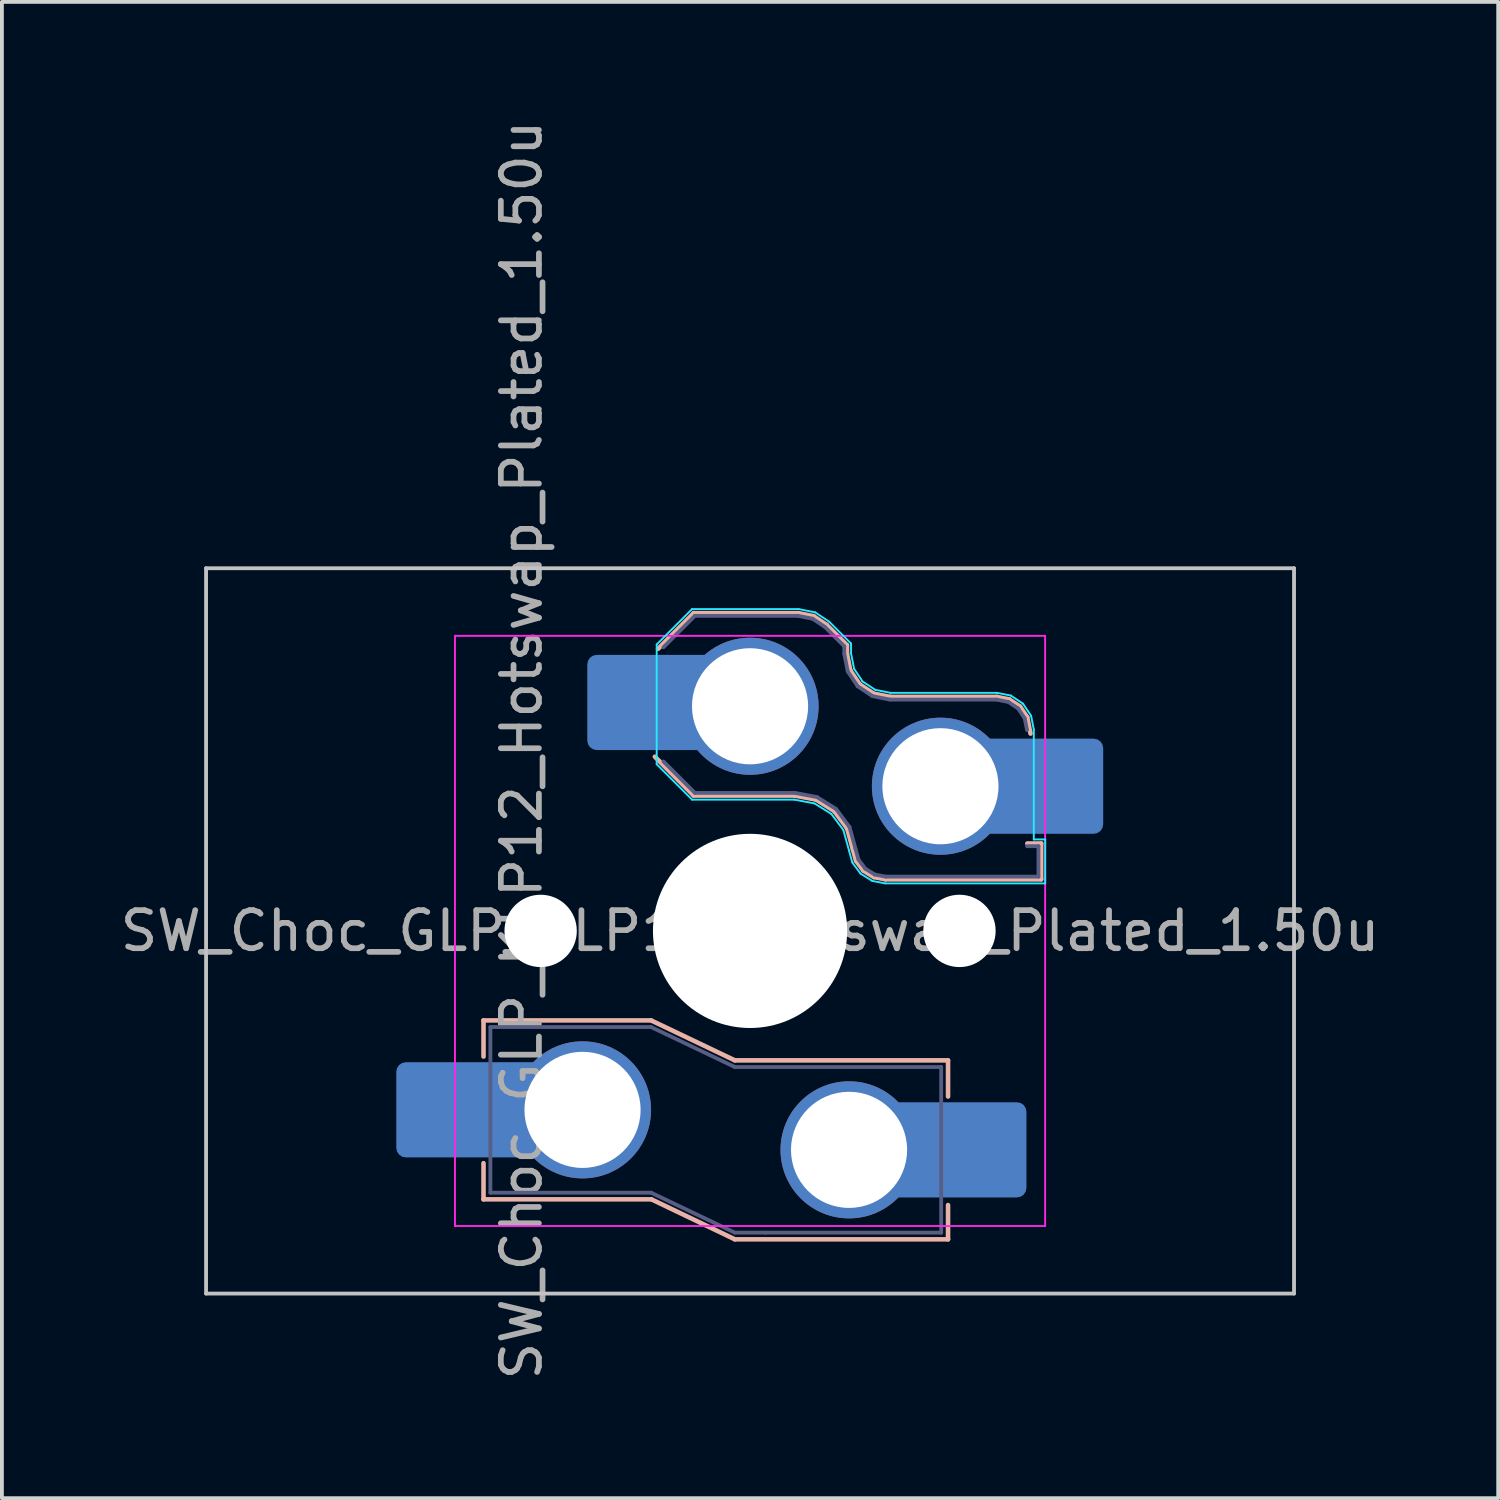
<source format=kicad_pcb>
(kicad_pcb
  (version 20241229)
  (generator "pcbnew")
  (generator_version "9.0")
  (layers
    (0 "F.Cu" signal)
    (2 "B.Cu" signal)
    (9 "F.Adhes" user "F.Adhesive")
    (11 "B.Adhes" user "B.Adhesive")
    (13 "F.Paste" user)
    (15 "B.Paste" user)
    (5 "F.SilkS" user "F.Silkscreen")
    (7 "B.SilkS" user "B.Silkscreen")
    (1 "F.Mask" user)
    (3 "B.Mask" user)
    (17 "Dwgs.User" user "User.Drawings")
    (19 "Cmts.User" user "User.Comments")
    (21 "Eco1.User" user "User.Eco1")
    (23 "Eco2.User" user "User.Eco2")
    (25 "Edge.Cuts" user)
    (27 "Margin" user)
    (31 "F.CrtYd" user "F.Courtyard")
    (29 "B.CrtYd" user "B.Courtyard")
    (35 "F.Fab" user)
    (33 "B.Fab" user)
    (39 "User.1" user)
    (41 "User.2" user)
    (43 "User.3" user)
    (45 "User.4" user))
  (footprint "SW_Choc_GLP_KLP12_Hotswap_Plated_1.50u"
    (layer "F.Cu")
    (at 16.649 21.399)
    (property "Reference" "SW_Choc_GLP_KLP12_Hotswap_Plated_1.50u" (at -6 -4.75 90) (layer "F.Fab") (effects (font (size 1 1) (thickness 0.15))))
    (attr smd)
    (fp_line (start -7 2.35) (end -7 3.3) (stroke (width 0.12) (type solid)) (layer "B.SilkS"))
    (fp_line (start -7 2.35) (end -2.6 2.35) (stroke (width 0.12) (type solid)) (layer "B.SilkS"))
    (fp_line (start -7 7.05) (end -7 6.1) (stroke (width 0.12) (type solid)) (layer "B.SilkS"))
    (fp_line (start -7 7.05) (end -2.59 7.05) (stroke (width 0.12) (type solid)) (layer "B.SilkS"))
    (fp_line (start -2.6 2.35) (end -0.4 3.4) (stroke (width 0.12) (type solid)) (layer "B.SilkS"))
    (fp_line (start -2.59 7.05) (end -0.4 8.1) (stroke (width 0.12) (type solid)) (layer "B.SilkS"))
    (fp_line (start -2.416 -7.409) (end -1.479 -8.346) (stroke (width 0.12) (type solid)) (layer "B.SilkS"))
    (fp_line (start -1.479 -8.346) (end 1.268 -8.346) (stroke (width 0.12) (type solid)) (layer "B.SilkS"))
    (fp_line (start -1.479 -3.554) (end -2.5 -4.575) (stroke (width 0.12) (type solid)) (layer "B.SilkS"))
    (fp_line (start 1.168 -3.554) (end -1.479 -3.554) (stroke (width 0.12) (type solid)) (layer "B.SilkS"))
    (fp_line (start 1.268 -8.346) (end 1.671 -8.266) (stroke (width 0.12) (type solid)) (layer "B.SilkS"))
    (fp_line (start 1.671 -8.266) (end 2.013 -8.037) (stroke (width 0.12) (type solid)) (layer "B.SilkS"))
    (fp_line (start 1.73 -3.449) (end 1.168 -3.554) (stroke (width 0.12) (type solid)) (layer "B.SilkS"))
    (fp_line (start 2.013 -8.037) (end 2.546 -7.504) (stroke (width 0.12) (type solid)) (layer "B.SilkS"))
    (fp_line (start 2.209 -3.15) (end 1.73 -3.449) (stroke (width 0.12) (type solid)) (layer "B.SilkS"))
    (fp_line (start 2.546 -7.504) (end 2.546 -7.282) (stroke (width 0.12) (type solid)) (layer "B.SilkS"))
    (fp_line (start 2.546 -7.282) (end 2.633 -6.844) (stroke (width 0.12) (type solid)) (layer "B.SilkS"))
    (fp_line (start 2.547 -2.697) (end 2.209 -3.15) (stroke (width 0.12) (type solid)) (layer "B.SilkS"))
    (fp_line (start 2.633 -6.844) (end 2.877 -6.477) (stroke (width 0.12) (type solid)) (layer "B.SilkS"))
    (fp_line (start 2.701 -2.139) (end 2.547 -2.697) (stroke (width 0.12) (type solid)) (layer "B.SilkS"))
    (fp_line (start 2.783 -1.841) (end 2.701 -2.139) (stroke (width 0.12) (type solid)) (layer "B.SilkS"))
    (fp_line (start 2.877 -6.477) (end 3.244 -6.233) (stroke (width 0.12) (type solid)) (layer "B.SilkS"))
    (fp_line (start 2.976 -1.583) (end 2.783 -1.841) (stroke (width 0.12) (type solid)) (layer "B.SilkS"))
    (fp_line (start 3.244 -6.233) (end 3.682 -6.146) (stroke (width 0.12) (type solid)) (layer "B.SilkS"))
    (fp_line (start 3.25 -1.413) (end 2.976 -1.583) (stroke (width 0.12) (type solid)) (layer "B.SilkS"))
    (fp_line (start 3.56 -1.354) (end 3.25 -1.413) (stroke (width 0.12) (type solid)) (layer "B.SilkS"))
    (fp_line (start 3.682 -6.146) (end 6.482 -6.146) (stroke (width 0.12) (type solid)) (layer "B.SilkS"))
    (fp_line (start 5.2 3.4) (end -0.4 3.4) (stroke (width 0.12) (type solid)) (layer "B.SilkS"))
    (fp_line (start 5.2 3.4) (end 5.2 4.35) (stroke (width 0.12) (type solid)) (layer "B.SilkS"))
    (fp_line (start 5.2 8.1) (end -0.4 8.1) (stroke (width 0.12) (type solid)) (layer "B.SilkS"))
    (fp_line (start 5.2 8.1) (end 5.2 7.2) (stroke (width 0.12) (type solid)) (layer "B.SilkS"))
    (fp_line (start 6.482 -6.146) (end 6.809 -6.081) (stroke (width 0.12) (type solid)) (layer "B.SilkS"))
    (fp_line (start 6.809 -6.081) (end 7.092 -5.892) (stroke (width 0.12) (type solid)) (layer "B.SilkS"))
    (fp_line (start 7.092 -5.892) (end 7.281 -5.609) (stroke (width 0.12) (type solid)) (layer "B.SilkS"))
    (fp_line (start 7.281 -5.609) (end 7.366 -5.182) (stroke (width 0.12) (type solid)) (layer "B.SilkS"))
    (fp_line (start 7.283 -2.296) (end 7.646 -2.296) (stroke (width 0.12) (type solid)) (layer "B.SilkS"))
    (fp_line (start 7.646 -2.296) (end 7.646 -1.354) (stroke (width 0.12) (type solid)) (layer "B.SilkS"))
    (fp_line (start 7.646 -1.354) (end 3.56 -1.354) (stroke (width 0.12) (type solid)) (layer "B.SilkS"))
    (fp_line (start -14.287 -9.525) (end -14.287 9.525) (stroke (width 0.1) (type default)) (layer "Dwgs.User"))
    (fp_line (start 14.287 -9.525) (end -14.287 -9.525) (stroke (width 0.1) (type solid)) (layer "Dwgs.User"))
    (fp_line (start 14.287 -9.525) (end 14.287 9.525) (stroke (width 0.1) (type default)) (layer "Dwgs.User"))
    (fp_line (start 14.287 9.525) (end -14.287 9.525) (stroke (width 0.1) (type solid)) (layer "Dwgs.User"))
    (fp_line (start -2.452 -7.523) (end -1.523 -8.452) (stroke (width 0.05) (type solid)) (layer "B.CrtYd"))
    (fp_line (start -2.452 -4.377) (end -2.452 -7.523) (stroke (width 0.05) (type solid)) (layer "B.CrtYd"))
    (fp_line (start -1.523 -8.452) (end 1.278 -8.452) (stroke (width 0.05) (type solid)) (layer "B.CrtYd"))
    (fp_line (start -1.523 -3.448) (end -2.452 -4.377) (stroke (width 0.05) (type solid)) (layer "B.CrtYd"))
    (fp_line (start 1.159 -3.448) (end -1.523 -3.448) (stroke (width 0.05) (type solid)) (layer "B.CrtYd"))
    (fp_line (start 1.278 -8.452) (end 1.712 -8.366) (stroke (width 0.05) (type solid)) (layer "B.CrtYd"))
    (fp_line (start 1.691 -3.348) (end 1.159 -3.448) (stroke (width 0.05) (type solid)) (layer "B.CrtYd"))
    (fp_line (start 1.712 -8.366) (end 2.081 -8.119) (stroke (width 0.05) (type solid)) (layer "B.CrtYd"))
    (fp_line (start 2.081 -8.119) (end 2.652 -7.548) (stroke (width 0.05) (type solid)) (layer "B.CrtYd"))
    (fp_line (start 2.136 -3.071) (end 1.691 -3.348) (stroke (width 0.05) (type solid)) (layer "B.CrtYd"))
    (fp_line (start 2.45 -2.65) (end 2.136 -3.071) (stroke (width 0.05) (type solid)) (layer "B.CrtYd"))
    (fp_line (start 2.599 -2.111) (end 2.45 -2.65) (stroke (width 0.05) (type solid)) (layer "B.CrtYd"))
    (fp_line (start 2.652 -7.548) (end 2.652 -7.292) (stroke (width 0.05) (type solid)) (layer "B.CrtYd"))
    (fp_line (start 2.652 -7.292) (end 2.733 -6.885) (stroke (width 0.05) (type solid)) (layer "B.CrtYd"))
    (fp_line (start 2.687 -1.794) (end 2.599 -2.111) (stroke (width 0.05) (type solid)) (layer "B.CrtYd"))
    (fp_line (start 2.733 -6.885) (end 2.953 -6.553) (stroke (width 0.05) (type solid)) (layer "B.CrtYd"))
    (fp_line (start 2.903 -1.503) (end 2.687 -1.794) (stroke (width 0.05) (type solid)) (layer "B.CrtYd"))
    (fp_line (start 2.953 -6.553) (end 3.285 -6.333) (stroke (width 0.05) (type solid)) (layer "B.CrtYd"))
    (fp_line (start 3.211 -1.312) (end 2.903 -1.503) (stroke (width 0.05) (type solid)) (layer "B.CrtYd"))
    (fp_line (start 3.285 -6.333) (end 3.692 -6.252) (stroke (width 0.05) (type solid)) (layer "B.CrtYd"))
    (fp_line (start 3.55 -1.248) (end 3.211 -1.312) (stroke (width 0.05) (type solid)) (layer "B.CrtYd"))
    (fp_line (start 3.692 -6.252) (end 6.492 -6.252) (stroke (width 0.05) (type solid)) (layer "B.CrtYd"))
    (fp_line (start 6.492 -6.252) (end 6.85 -6.181) (stroke (width 0.05) (type solid)) (layer "B.CrtYd"))
    (fp_line (start 6.85 -6.181) (end 7.168 -5.968) (stroke (width 0.05) (type solid)) (layer "B.CrtYd"))
    (fp_line (start 7.168 -5.968) (end 7.381 -5.65) (stroke (width 0.05) (type solid)) (layer "B.CrtYd"))
    (fp_line (start 7.381 -5.65) (end 7.452 -5.292) (stroke (width 0.05) (type solid)) (layer "B.CrtYd"))
    (fp_line (start 7.452 -5.292) (end 7.452 -2.402) (stroke (width 0.05) (type solid)) (layer "B.CrtYd"))
    (fp_line (start 7.452 -2.402) (end 7.752 -2.402) (stroke (width 0.05) (type solid)) (layer "B.CrtYd"))
    (fp_line (start 7.752 -2.402) (end 7.752 -1.248) (stroke (width 0.05) (type solid)) (layer "B.CrtYd"))
    (fp_line (start 7.752 -1.248) (end 3.55 -1.248) (stroke (width 0.05) (type solid)) (layer "B.CrtYd"))
    (fp_line (start -7.75 7.75) (end -7.75 -7.75) (stroke (width 0.05) (type solid)) (layer "F.CrtYd"))
    (fp_line (start 7.75 -7.75) (end -7.75 -7.75) (stroke (width 0.05) (type solid)) (layer "F.CrtYd"))
    (fp_line (start 7.75 -7.75) (end 7.75 7.75) (stroke (width 0.05) (type solid)) (layer "F.CrtYd"))
    (fp_line (start 7.75 7.75) (end -7.75 7.75) (stroke (width 0.05) (type solid)) (layer "F.CrtYd"))
    (fp_line (start -6.82 2.525) (end -6.82 6.875) (stroke (width 0.1) (type solid)) (layer "B.Fab"))
    (fp_line (start -6.82 2.525) (end -2.6 2.525) (stroke (width 0.1) (type solid)) (layer "B.Fab"))
    (fp_line (start -6.82 6.875) (end -2.6 6.875) (stroke (width 0.1) (type solid)) (layer "B.Fab"))
    (fp_line (start -2.6 2.525) (end -0.4 3.575) (stroke (width 0.1) (type solid)) (layer "B.Fab"))
    (fp_line (start -2.6 6.875) (end -0.4 7.925) (stroke (width 0.1) (type solid)) (layer "B.Fab"))
    (fp_line (start -2.275 -7.45) (end -1.45 -8.275) (stroke (width 0.1) (type solid)) (layer "B.Fab"))
    (fp_line (start -1.45 -8.275) (end 1.261 -8.275) (stroke (width 0.1) (type solid)) (layer "B.Fab"))
    (fp_line (start -1.45 -3.625) (end -2.275 -4.45) (stroke (width 0.1) (type solid)) (layer "B.Fab"))
    (fp_line (start 0.4 7.925) (end -0.4 7.925) (stroke (width 0.1) (type solid)) (layer "B.Fab"))
    (fp_line (start 1.175 -3.625) (end -1.45 -3.625) (stroke (width 0.1) (type solid)) (layer "B.Fab"))
    (fp_line (start 1.261 -8.275) (end 1.643 -8.199) (stroke (width 0.1) (type solid)) (layer "B.Fab"))
    (fp_line (start 1.643 -8.199) (end 1.968 -7.982) (stroke (width 0.1) (type solid)) (layer "B.Fab"))
    (fp_line (start 1.756 -3.516) (end 1.175 -3.625) (stroke (width 0.1) (type solid)) (layer "B.Fab"))
    (fp_line (start 1.968 -7.982) (end 2.475 -7.475) (stroke (width 0.1) (type solid)) (layer "B.Fab"))
    (fp_line (start 2.258 -3.203) (end 1.756 -3.516) (stroke (width 0.1) (type solid)) (layer "B.Fab"))
    (fp_line (start 2.475 -7.475) (end 2.475 -7.275) (stroke (width 0.1) (type solid)) (layer "B.Fab"))
    (fp_line (start 2.475 -7.275) (end 2.566 -6.816) (stroke (width 0.1) (type solid)) (layer "B.Fab"))
    (fp_line (start 2.566 -6.816) (end 2.826 -6.426) (stroke (width 0.1) (type solid)) (layer "B.Fab"))
    (fp_line (start 2.612 -2.729) (end 2.258 -3.203) (stroke (width 0.1) (type solid)) (layer "B.Fab"))
    (fp_line (start 2.769 -2.158) (end 2.612 -2.729) (stroke (width 0.1) (type solid)) (layer "B.Fab"))
    (fp_line (start 2.826 -6.426) (end 3.216 -6.166) (stroke (width 0.1) (type solid)) (layer "B.Fab"))
    (fp_line (start 2.848 -1.873) (end 2.769 -2.158) (stroke (width 0.1) (type solid)) (layer "B.Fab"))
    (fp_line (start 3.025 -1.636) (end 2.848 -1.873) (stroke (width 0.1) (type solid)) (layer "B.Fab"))
    (fp_line (start 3.216 -6.166) (end 3.675 -6.075) (stroke (width 0.1) (type solid)) (layer "B.Fab"))
    (fp_line (start 3.276 -1.48) (end 3.025 -1.636) (stroke (width 0.1) (type solid)) (layer "B.Fab"))
    (fp_line (start 3.567 -1.425) (end 3.276 -1.48) (stroke (width 0.1) (type solid)) (layer "B.Fab"))
    (fp_line (start 3.675 -6.075) (end 6.475 -6.075) (stroke (width 0.1) (type solid)) (layer "B.Fab"))
    (fp_line (start 5.02 3.575) (end -0.4 3.575) (stroke (width 0.1) (type solid)) (layer "B.Fab"))
    (fp_line (start 5.02 3.575) (end 5.02 7.925) (stroke (width 0.1) (type solid)) (layer "B.Fab"))
    (fp_line (start 5.02 7.925) (end 0.4 7.925) (stroke (width 0.1) (type solid)) (layer "B.Fab"))
    (fp_line (start 6.475 -6.075) (end 6.781 -6.014) (stroke (width 0.1) (type solid)) (layer "B.Fab"))
    (fp_line (start 6.781 -6.014) (end 7.041 -5.841) (stroke (width 0.1) (type solid)) (layer "B.Fab"))
    (fp_line (start 7.041 -5.841) (end 7.214 -5.581) (stroke (width 0.1) (type solid)) (layer "B.Fab"))
    (fp_line (start 7.214 -5.581) (end 7.275 -5.275) (stroke (width 0.1) (type solid)) (layer "B.Fab"))
    (fp_line (start 7.275 -2.225) (end 7.575 -2.225) (stroke (width 0.1) (type solid)) (layer "B.Fab"))
    (fp_line (start 7.575 -2.225) (end 7.575 -1.425) (stroke (width 0.1) (type solid)) (layer "B.Fab"))
    (fp_line (start 7.575 -1.425) (end 3.567 -1.425) (stroke (width 0.1) (type solid)) (layer "B.Fab"))
    (fp_rect (start -7.05 -7.05) (end 7.05 7.05) (stroke (width 0.12) (type default)) (fill no) (layer "User.1"))
    (fp_text user "${REFERENCE}" (at 0 0 0) (layer "F.Fab") (effects (font (size 1 1) (thickness 0.15))))
    (pad "" smd roundrect (at -8.04 4.7) (size 2.5 2.5) (layers "B.Mask" "B.Paste") (roundrect_rratio 0.1))
    (pad "" smd roundrect (at -8.04 4.7) (size 2.5 2.5) (layers "B.Paste") (roundrect_rratio 0.1))
    (pad "" np_thru_hole circle (at -5.5 0) (size 1.9 1.9) (drill 1.9) (layers "*.Cu" "*.Mask"))
    (pad "" smd roundrect (at -3.025 -6) (size 2.5 2.5) (layers "B.Paste") (roundrect_rratio 0.1))
    (pad "" np_thru_hole circle (at 0 0) (size 5.1 5.1) (drill 5.1) (layers "*.Cu" "*.Mask"))
    (pad "" np_thru_hole circle (at 5.5 0) (size 1.9 1.9) (drill 1.9) (layers "*.Cu" "*.Mask"))
    (pad "" smd roundrect (at 6.01 5.75) (size 2.5 2.5) (layers "B.Mask" "B.Paste") (roundrect_rratio 0.1))
    (pad "" smd roundrect (at 6.01 5.75) (size 2.5 2.5) (layers "B.Paste") (roundrect_rratio 0.1))
    (pad "" smd roundrect (at 8.025 -3.8) (size 2.5 2.5) (layers "B.Paste") (roundrect_rratio 0.1))
    (pad "1" thru_hole circle (at 2.6 5.75) (size 3.6 3.6) (drill 3.05) (layers "*.Cu" "*.Mask"))
    (pad "1" thru_hole circle (at 5 -3.8) (size 3.6 3.6) (drill 3.05) (layers "*.Cu" "*.Mask"))
    (pad "1" smd roundrect (at 5.334 5.75) (size 3.85 2.5) (layers "B.Cu" "B.Mask") (roundrect_rratio 0.1))
    (pad "1" smd roundrect (at 7.35 -3.8) (size 3.85 2.5) (layers "B.Cu" "B.Mask") (roundrect_rratio 0.1))
    (pad "2" smd roundrect (at -7.366 4.699) (size 3.85 2.5) (layers "B.Cu" "B.Mask") (roundrect_rratio 0.1))
    (pad "2" thru_hole circle (at -4.4 4.7) (size 3.6 3.6) (drill 3.05) (layers "*.Cu" "*.Mask"))
    (pad "2" smd roundrect (at -2.35 -6) (size 3.85 2.5) (layers "B.Cu" "B.Mask") (roundrect_rratio 0.1))
    (pad "2" thru_hole circle (at 0 -5.9) (size 3.6 3.6) (drill 3.05) (layers "*.Cu" "*.Mask")))
  (gr_rect
    (start -3 -3)
    (end 36.298 36.298)
    (stroke (width 0.1) (type default))
    (fill no)
    (layer "Edge.Cuts")))
</source>
